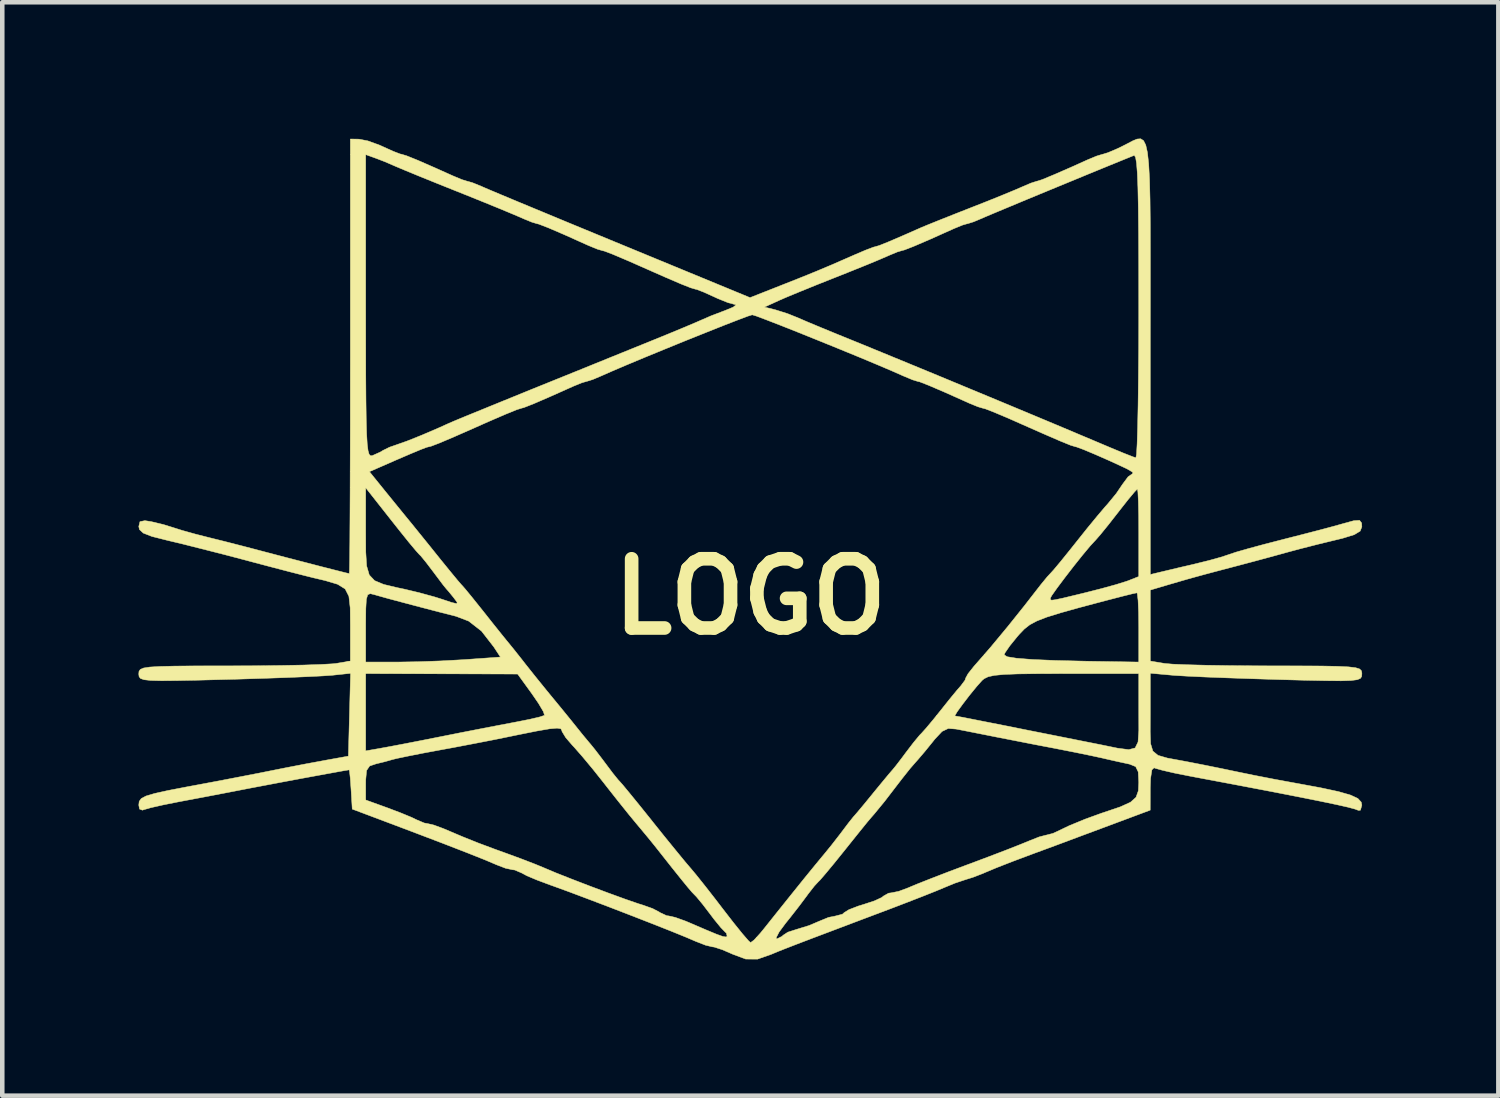
<source format=kicad_pcb>
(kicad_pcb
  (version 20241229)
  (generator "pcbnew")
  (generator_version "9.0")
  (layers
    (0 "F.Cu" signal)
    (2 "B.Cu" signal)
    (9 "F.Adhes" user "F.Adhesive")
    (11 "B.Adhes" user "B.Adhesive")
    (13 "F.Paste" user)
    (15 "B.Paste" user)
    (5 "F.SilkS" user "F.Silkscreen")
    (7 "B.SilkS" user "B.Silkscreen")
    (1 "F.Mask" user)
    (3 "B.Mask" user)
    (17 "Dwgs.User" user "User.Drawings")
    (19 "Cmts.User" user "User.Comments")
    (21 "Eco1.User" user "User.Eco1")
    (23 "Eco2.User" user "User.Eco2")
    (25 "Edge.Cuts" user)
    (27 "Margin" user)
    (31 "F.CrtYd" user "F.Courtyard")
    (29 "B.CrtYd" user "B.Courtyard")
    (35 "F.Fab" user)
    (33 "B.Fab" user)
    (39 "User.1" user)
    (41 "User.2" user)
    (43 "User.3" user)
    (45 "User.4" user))
  (footprint "LOGO"
    (layer "F.Cu")
    (at 13.467 10.085)
    (property "Reference" "LOGO" (at 0 0 0) (layer "F.SilkS") (effects (font (size 1.524 1.524) (thickness 0.3))))
    (attr through_hole)
    (fp_poly (pts (xy 8.656 -10.04) (xy 8.705 -9.943) (xy 8.742 -9.777) (xy 8.769 -9.529) (xy 8.788 -9.188) (xy 8.799 -8.743) (xy 8.805 -8.18) (xy 8.806 -7.487) (xy 8.806 -6.654) (xy 8.805 -5.668) (xy 8.805 -5.282) (xy 8.805 -0.488) (xy 8.996 -0.534) (xy 9.173 -0.576) (xy 9.454 -0.643) (xy 9.778 -0.718) (xy 9.779 -0.719) (xy 10.1 -0.798) (xy 10.373 -0.874) (xy 10.54 -0.93) (xy 10.541 -0.93) (xy 10.686 -0.979) (xy 10.958 -1.057) (xy 11.316 -1.154) (xy 11.723 -1.259) (xy 11.726 -1.26) (xy 12.149 -1.368) (xy 12.539 -1.469) (xy 12.853 -1.553) (xy 13.038 -1.605) (xy 13.285 -1.673) (xy 13.411 -1.681) (xy 13.457 -1.622) (xy 13.462 -1.538) (xy 13.425 -1.444) (xy 13.295 -1.365) (xy 13.039 -1.286) (xy 12.89 -1.25) (xy 12.507 -1.157) (xy 12.107 -1.055) (xy 11.853 -0.987) (xy 11.527 -0.897) (xy 11.125 -0.788) (xy 10.753 -0.689) (xy 10.323 -0.576) (xy 10.018 -0.495) (xy 9.799 -0.435) (xy 9.626 -0.387) (xy 9.46 -0.339) (xy 9.262 -0.281) (xy 9.25 -0.278) (xy 8.805 -0.146) (xy 8.805 1.417) (xy 9.123 1.47) (xy 9.297 1.485) (xy 9.612 1.498) (xy 10.04 1.509) (xy 10.551 1.517) (xy 11.118 1.522) (xy 11.451 1.523) (xy 12.085 1.524) (xy 12.569 1.526) (xy 12.924 1.533) (xy 13.17 1.545) (xy 13.326 1.564) (xy 13.414 1.592) (xy 13.452 1.63) (xy 13.462 1.681) (xy 13.462 1.699) (xy 13.458 1.756) (xy 13.43 1.799) (xy 13.359 1.828) (xy 13.223 1.845) (xy 13.002 1.852) (xy 12.674 1.849) (xy 12.218 1.84) (xy 11.62 1.824) (xy 11.044 1.806) (xy 10.494 1.787) (xy 10.004 1.768) (xy 9.607 1.749) (xy 9.337 1.733) (xy 9.292 1.729) (xy 8.805 1.685) (xy 8.805 2.577) (xy 8.803 2.974) (xy 8.812 3.237) (xy 8.861 3.399) (xy 8.975 3.493) (xy 9.182 3.553) (xy 9.509 3.613) (xy 9.652 3.64) (xy 9.99 3.706) (xy 10.395 3.788) (xy 10.71 3.854) (xy 11.095 3.933) (xy 11.553 4.022) (xy 11.99 4.102) (xy 12.023 4.108) (xy 12.559 4.207) (xy 12.949 4.291) (xy 13.213 4.367) (xy 13.373 4.441) (xy 13.448 4.522) (xy 13.462 4.588) (xy 13.431 4.7) (xy 13.386 4.704) (xy 13.312 4.676) (xy 13.157 4.634) (xy 12.909 4.578) (xy 12.555 4.504) (xy 12.086 4.41) (xy 11.487 4.293) (xy 10.748 4.152) (xy 9.856 3.984) (xy 9.671 3.949) (xy 9.339 3.883) (xy 9.071 3.821) (xy 8.909 3.776) (xy 8.888 3.766) (xy 8.84 3.812) (xy 8.811 4.002) (xy 8.804 4.207) (xy 8.803 4.699) (xy 7.783 5.08) (xy 7.342 5.244) (xy 6.909 5.406) (xy 6.534 5.545) (xy 6.281 5.638) (xy 5.784 5.824) (xy 5.42 5.966) (xy 5.16 6.075) (xy 5.122 6.092) (xy 4.902 6.177) (xy 4.741 6.227) (xy 4.507 6.305) (xy 4.276 6.4) (xy 4.092 6.477) (xy 3.796 6.595) (xy 3.43 6.737) (xy 3.133 6.851) (xy 2.406 7.125) (xy 1.822 7.346) (xy 1.364 7.519) (xy 1.018 7.651) (xy 0.768 7.748) (xy 0.596 7.816) (xy 0.489 7.861) (xy 0.466 7.871) (xy 0.158 7.979) (xy -0.102 7.977) (xy -0.381 7.873) (xy -0.614 7.772) (xy -0.795 7.713) (xy -0.834 7.708) (xy -0.985 7.672) (xy -1.198 7.589) (xy -1.215 7.582) (xy -1.413 7.497) (xy -1.735 7.366) (xy -2.147 7.203) (xy -2.614 7.021) (xy -3.101 6.833) (xy -3.575 6.653) (xy -4 6.493) (xy -4.343 6.368) (xy -4.403 6.347) (xy -4.692 6.239) (xy -4.918 6.144) (xy -5.033 6.082) (xy -5.188 6.016) (xy -5.232 6.011) (xy -5.387 5.978) (xy -5.601 5.896) (xy -5.618 5.888) (xy -5.842 5.793) (xy -6.224 5.641) (xy -6.763 5.432) (xy -7.459 5.167) (xy -8.255 4.867) (xy -8.763 4.676) (xy -8.789 4.243) (xy -8.799 4.102) (xy -8.467 4.102) (xy -8.467 4.475) (xy -7.98 4.651) (xy -7.693 4.76) (xy -7.456 4.858) (xy -7.346 4.911) (xy -7.178 4.982) (xy -7.105 4.995) (xy -6.967 5.027) (xy -6.761 5.103) (xy -6.744 5.11) (xy -6.341 5.281) (xy -5.992 5.421) (xy -5.612 5.563) (xy -5.376 5.648) (xy -5.044 5.77) (xy -4.74 5.887) (xy -4.531 5.973) (xy -4.53 5.974) (xy -4.283 6.078) (xy -3.934 6.216) (xy -3.531 6.371) (xy -3.12 6.525) (xy -2.749 6.66) (xy -2.465 6.758) (xy -2.371 6.787) (xy -2.151 6.865) (xy -2.004 6.942) (xy -1.994 6.951) (xy -1.839 7.023) (xy -1.799 7.027) (xy -1.655 7.059) (xy -1.429 7.14) (xy -1.329 7.182) (xy -0.973 7.335) (xy -0.742 7.431) (xy -0.607 7.479) (xy -0.538 7.49) (xy -0.51 7.478) (xy -0.527 7.406) (xy -0.553 7.383) (xy -0.649 7.284) (xy -0.8 7.099) (xy -0.886 6.985) (xy -1.051 6.769) (xy -1.186 6.606) (xy -1.229 6.562) (xy -1.286 6.503) (xy -1.377 6.396) (xy -1.519 6.222) (xy -1.729 5.96) (xy -2.021 5.59) (xy -2.117 5.469) (xy -2.25 5.305) (xy -2.433 5.085) (xy -2.502 5.003) (xy -2.677 4.791) (xy -2.911 4.499) (xy -3.161 4.182) (xy -3.22 4.106) (xy -3.461 3.803) (xy -3.694 3.523) (xy -3.877 3.314) (xy -3.915 3.274) (xy -4.064 3.101) (xy -4.145 2.968) (xy -4.149 2.948) (xy -4.171 2.907) (xy -4.254 2.894) (xy -4.422 2.909) (xy -4.699 2.957) (xy -5.108 3.039) (xy -5.292 3.077) (xy -5.635 3.147) (xy -6.077 3.233) (xy -6.548 3.323) (xy -6.816 3.372) (xy -7.203 3.444) (xy -7.537 3.51) (xy -7.776 3.56) (xy -7.874 3.584) (xy -8.051 3.634) (xy -8.234 3.678) (xy -8.38 3.727) (xy -8.447 3.826) (xy -8.466 4.027) (xy -8.467 4.102) (xy -8.799 4.102) (xy -8.806 3.999) (xy -8.823 3.843) (xy -8.831 3.812) (xy -8.937 3.829) (xy -9.174 3.872) (xy -9.503 3.932) (xy -9.889 4.003) (xy -10.296 4.079) (xy -10.686 4.153) (xy -11.024 4.217) (xy -11.049 4.222) (xy -11.513 4.312) (xy -12.014 4.408) (xy -12.466 4.493) (xy -12.597 4.518) (xy -12.928 4.584) (xy -13.197 4.645) (xy -13.358 4.691) (xy -13.38 4.7) (xy -13.446 4.675) (xy -13.462 4.587) (xy -13.453 4.507) (xy -13.408 4.444) (xy -13.303 4.388) (xy -13.115 4.332) (xy -12.817 4.266) (xy -12.386 4.183) (xy -12.192 4.147) (xy -11.727 4.06) (xy -11.233 3.965) (xy -10.79 3.879) (xy -10.626 3.846) (xy -10.21 3.763) (xy -9.77 3.678) (xy -9.4 3.61) (xy -9.398 3.609) (xy -8.848 3.51) (xy -8.845 3.394) (xy -8.467 3.394) (xy -8.191 3.346) (xy -7.938 3.3) (xy -7.622 3.24) (xy -7.493 3.215) (xy -7.196 3.157) (xy -6.813 3.081) (xy -6.421 3.003) (xy -6.392 2.997) (xy -5.971 2.915) (xy -5.521 2.828) (xy -5.142 2.756) (xy -4.85 2.698) (xy -4.631 2.646) (xy -4.531 2.612) (xy -4.53 2.611) (xy -4.556 2.529) (xy -4.661 2.351) (xy -4.807 2.138) (xy -5.122 1.703) (xy -6.795 1.698) (xy -8.467 1.693) (xy -8.467 3.394) (xy -8.845 3.394) (xy -8.824 2.598) (xy -8.8 1.687) (xy -9.205 1.73) (xy -9.408 1.744) (xy -9.749 1.761) (xy -10.198 1.78) (xy -10.723 1.798) (xy -11.295 1.816) (xy -11.536 1.822) (xy -12.154 1.838) (xy -12.623 1.847) (xy -12.964 1.85) (xy -13.198 1.844) (xy -13.344 1.828) (xy -13.423 1.801) (xy -13.455 1.761) (xy -13.462 1.708) (xy -13.462 1.698) (xy -13.457 1.643) (xy -13.428 1.601) (xy -13.356 1.57) (xy -13.221 1.549) (xy -13.001 1.536) (xy -12.678 1.528) (xy -12.231 1.524) (xy -11.641 1.523) (xy -11.451 1.523) (xy -10.865 1.521) (xy -10.319 1.514) (xy -9.84 1.505) (xy -9.459 1.492) (xy -9.202 1.478) (xy -9.123 1.47) (xy -8.805 1.417) (xy -8.805 0.667) (xy -8.467 0.667) (xy -8.467 1.439) (xy -7.76 1.439) (xy -7.322 1.432) (xy -6.815 1.414) (xy -6.339 1.388) (xy -6.277 1.384) (xy -5.501 1.329) (xy -5.644 1.11) (xy -5.917 0.758) (xy -6.199 0.538) (xy -6.477 0.432) (xy -6.85 0.337) (xy -7.256 0.231) (xy -7.649 0.127) (xy -7.986 0.037) (xy -8.221 -0.029) (xy -8.276 -0.045) (xy -8.366 -0.067) (xy -8.422 -0.043) (xy -8.452 0.056) (xy -8.464 0.26) (xy -8.467 0.598) (xy -8.467 0.667) (xy -8.805 0.667) (xy -8.805 0.634) (xy -8.808 0.246) (xy -8.837 -0.009) (xy -8.919 -0.17) (xy -9.084 -0.273) (xy -9.359 -0.355) (xy -9.61 -0.414) (xy -9.818 -0.466) (xy -10.147 -0.55) (xy -10.556 -0.657) (xy -11.002 -0.775) (xy -11.091 -0.799) (xy -11.574 -0.926) (xy -12.061 -1.05) (xy -12.497 -1.16) (xy -12.828 -1.239) (xy -12.848 -1.244) (xy -13.173 -1.326) (xy -13.363 -1.4) (xy -13.448 -1.479) (xy -13.462 -1.546) (xy -13.436 -1.652) (xy -13.328 -1.674) (xy -13.187 -1.652) (xy -12.919 -1.588) (xy -12.7 -1.52) (xy -12.507 -1.459) (xy -12.217 -1.378) (xy -11.938 -1.307) (xy -11.568 -1.215) (xy -11.19 -1.118) (xy -10.964 -1.059) (xy -10.607 -0.965) (xy -10.211 -0.861) (xy -9.809 -0.757) (xy -9.436 -0.66) (xy -9.125 -0.581) (xy -8.912 -0.527) (xy -8.828 -0.508) (xy -8.824 -0.59) (xy -8.82 -0.827) (xy -8.816 -1.202) (xy -8.815 -1.425) (xy -8.467 -1.425) (xy -8.465 -0.982) (xy -8.446 -0.677) (xy -8.388 -0.478) (xy -8.27 -0.353) (xy -8.071 -0.27) (xy -7.769 -0.198) (xy -7.62 -0.167) (xy -7.282 -0.086) (xy -6.95 0.005) (xy -6.816 0.047) (xy -6.572 0.128) (xy -6.461 0.154) (xy -6.454 0.123) (xy -6.523 0.031) (xy -6.53 0.021) (xy -6.641 -0.115) (xy -6.689 -0.169) (xy -6.761 -0.257) (xy -6.894 -0.434) (xy -6.981 -0.55) (xy -7.137 -0.755) (xy -7.254 -0.898) (xy -7.288 -0.931) (xy -7.361 -1.012) (xy -7.515 -1.196) (xy -7.723 -1.455) (xy -7.906 -1.686) (xy -8.467 -2.398) (xy -8.467 -1.425) (xy -8.815 -1.425) (xy -8.813 -1.702) (xy -8.81 -2.31) (xy -8.809 -2.752) (xy -8.385 -2.752) (xy -8.042 -2.328) (xy -7.813 -2.046) (xy -7.584 -1.765) (xy -7.456 -1.609) (xy -7.279 -1.39) (xy -7.046 -1.102) (xy -6.808 -0.805) (xy -6.807 -0.804) (xy -6.606 -0.557) (xy -6.446 -0.363) (xy -6.357 -0.26) (xy -6.35 -0.254) (xy -6.277 -0.171) (xy -6.129 0.009) (xy -5.936 0.25) (xy -5.899 0.296) (xy -5.683 0.569) (xy -5.49 0.81) (xy -5.36 0.971) (xy -5.353 0.979) (xy -5.211 1.153) (xy -5.026 1.386) (xy -4.953 1.48) (xy -4.74 1.748) (xy -4.497 2.048) (xy -4.403 2.163) (xy -4.173 2.442) (xy -3.937 2.732) (xy -3.852 2.838) (xy -3.684 3.047) (xy -3.55 3.208) (xy -3.514 3.25) (xy -3.416 3.371) (xy -3.263 3.571) (xy -3.179 3.683) (xy -3.025 3.888) (xy -2.91 4.03) (xy -2.878 4.064) (xy -2.808 4.143) (xy -2.655 4.328) (xy -2.44 4.592) (xy -2.185 4.909) (xy -2.154 4.949) (xy -1.882 5.288) (xy -1.633 5.594) (xy -1.436 5.834) (xy -1.315 5.976) (xy -1.312 5.979) (xy -1.191 6.124) (xy -0.997 6.367) (xy -0.762 6.668) (xy -0.593 6.889) (xy -0.364 7.184) (xy -0.172 7.422) (xy -0.04 7.574) (xy 0.006 7.615) (xy 0.082 7.558) (xy 0.13 7.506) (xy 0.57 7.506) (xy 0.581 7.535) (xy 0.703 7.474) (xy 0.716 7.457) (xy 0.826 7.385) (xy 1.022 7.322) (xy 1.023 7.322) (xy 1.296 7.238) (xy 1.509 7.147) (xy 1.721 7.06) (xy 1.879 7.028) (xy 2.028 6.989) (xy 2.067 6.954) (xy 2.17 6.89) (xy 2.377 6.81) (xy 2.498 6.773) (xy 2.735 6.695) (xy 2.896 6.62) (xy 2.928 6.592) (xy 3.043 6.527) (xy 3.104 6.519) (xy 3.267 6.486) (xy 3.487 6.404) (xy 3.501 6.397) (xy 3.681 6.322) (xy 3.98 6.204) (xy 4.358 6.058) (xy 4.776 5.901) (xy 4.826 5.883) (xy 5.246 5.725) (xy 5.631 5.578) (xy 5.941 5.456) (xy 6.137 5.376) (xy 6.151 5.37) (xy 6.359 5.288) (xy 6.505 5.25) (xy 6.512 5.249) (xy 6.661 5.211) (xy 6.753 5.169) (xy 7.018 5.042) (xy 7.37 4.897) (xy 7.731 4.766) (xy 7.789 4.747) (xy 8.146 4.626) (xy 8.37 4.524) (xy 8.491 4.415) (xy 8.542 4.272) (xy 8.551 4.087) (xy 8.539 3.857) (xy 8.483 3.741) (xy 8.351 3.687) (xy 8.319 3.68) (xy 8.079 3.628) (xy 7.792 3.563) (xy 7.747 3.552) (xy 7.502 3.499) (xy 7.156 3.428) (xy 6.775 3.353) (xy 6.689 3.336) (xy 6.259 3.254) (xy 5.8 3.164) (xy 5.405 3.087) (xy 5.376 3.081) (xy 5.038 3.014) (xy 4.73 2.953) (xy 4.53 2.914) (xy 4.358 2.901) (xy 4.221 2.966) (xy 4.06 3.138) (xy 4.022 3.186) (xy 3.842 3.408) (xy 3.686 3.591) (xy 3.641 3.641) (xy 3.514 3.787) (xy 3.342 4.004) (xy 3.261 4.109) (xy 2.957 4.505) (xy 2.728 4.784) (xy 2.664 4.857) (xy 2.575 4.962) (xy 2.41 5.166) (xy 2.196 5.433) (xy 2.072 5.588) (xy 1.847 5.867) (xy 1.658 6.095) (xy 1.533 6.24) (xy 1.5 6.272) (xy 1.41 6.369) (xy 1.274 6.543) (xy 1.246 6.582) (xy 1.076 6.809) (xy 0.866 7.078) (xy 0.776 7.189) (xy 0.635 7.38) (xy 0.57 7.506) (xy 0.13 7.506) (xy 0.221 7.406) (xy 0.302 7.307) (xy 0.588 6.948) (xy 0.886 6.576) (xy 1.17 6.223) (xy 1.412 5.926) (xy 1.585 5.716) (xy 1.618 5.677) (xy 1.785 5.472) (xy 1.977 5.225) (xy 2.019 5.169) (xy 2.164 4.977) (xy 2.267 4.848) (xy 2.287 4.826) (xy 2.358 4.744) (xy 2.506 4.567) (xy 2.697 4.333) (xy 2.709 4.318) (xy 2.903 4.082) (xy 3.053 3.901) (xy 3.13 3.812) (xy 3.132 3.81) (xy 3.204 3.722) (xy 3.339 3.546) (xy 3.426 3.429) (xy 3.591 3.213) (xy 3.726 3.05) (xy 3.769 3.006) (xy 3.867 2.897) (xy 4.031 2.701) (xy 4.096 2.62) (xy 4.502 2.62) (xy 4.504 2.625) (xy 4.593 2.64) (xy 4.807 2.681) (xy 5.105 2.74) (xy 5.207 2.76) (xy 5.643 2.846) (xy 6.121 2.942) (xy 6.519 3.021) (xy 6.931 3.103) (xy 7.372 3.191) (xy 7.705 3.257) (xy 8.085 3.335) (xy 8.331 3.367) (xy 8.471 3.33) (xy 8.535 3.199) (xy 8.552 2.949) (xy 8.551 2.556) (xy 8.551 2.54) (xy 8.551 1.693) (xy 6.9 1.693) (xy 6.325 1.695) (xy 5.894 1.7) (xy 5.585 1.712) (xy 5.374 1.732) (xy 5.236 1.762) (xy 5.148 1.805) (xy 5.101 1.844) (xy 4.978 1.983) (xy 4.824 2.172) (xy 4.672 2.37) (xy 4.554 2.533) (xy 4.502 2.62) (xy 4.096 2.62) (xy 4.194 2.498) (xy 4.386 2.257) (xy 4.549 2.059) (xy 4.634 1.962) (xy 4.726 1.838) (xy 4.741 1.791) (xy 4.793 1.696) (xy 4.923 1.532) (xy 4.974 1.474) (xy 5.143 1.281) (xy 5.588 1.281) (xy 5.655 1.322) (xy 5.861 1.355) (xy 6.214 1.383) (xy 6.72 1.404) (xy 7.386 1.42) (xy 7.556 1.423) (xy 8.551 1.439) (xy 8.551 0.677) (xy 8.547 0.342) (xy 8.536 0.082) (xy 8.519 -0.065) (xy 8.51 -0.085) (xy 8.414 -0.065) (xy 8.197 -0.011) (xy 7.9 0.066) (xy 7.811 0.089) (xy 7.254 0.237) (xy 6.835 0.354) (xy 6.528 0.449) (xy 6.309 0.534) (xy 6.152 0.618) (xy 6.031 0.713) (xy 5.921 0.828) (xy 5.875 0.881) (xy 5.712 1.082) (xy 5.608 1.233) (xy 5.588 1.281) (xy 5.143 1.281) (xy 5.294 1.107) (xy 5.665 0.66) (xy 6.041 0.19) (xy 6.163 0.033) (xy 6.604 0.033) (xy 6.606 0.064) (xy 6.633 0.077) (xy 6.715 0.067) (xy 6.884 0.031) (xy 7.171 -0.038) (xy 7.376 -0.088) (xy 7.733 -0.179) (xy 8.052 -0.267) (xy 8.279 -0.338) (xy 8.319 -0.352) (xy 8.551 -0.444) (xy 8.551 -1.407) (xy 8.549 -1.788) (xy 8.542 -2.098) (xy 8.532 -2.303) (xy 8.521 -2.371) (xy 8.46 -2.309) (xy 8.322 -2.144) (xy 8.136 -1.908) (xy 8.084 -1.841) (xy 7.879 -1.579) (xy 7.705 -1.365) (xy 7.595 -1.239) (xy 7.584 -1.228) (xy 7.479 -1.114) (xy 7.314 -0.916) (xy 7.119 -0.672) (xy 6.922 -0.417) (xy 6.752 -0.19) (xy 6.637 -0.027) (xy 6.604 0.033) (xy 6.163 0.033) (xy 6.215 -0.034) (xy 6.394 -0.264) (xy 6.535 -0.436) (xy 6.602 -0.508) (xy 6.676 -0.589) (xy 6.829 -0.772) (xy 7.034 -1.026) (xy 7.171 -1.198) (xy 7.415 -1.504) (xy 7.641 -1.779) (xy 7.814 -1.983) (xy 7.87 -2.045) (xy 8.057 -2.273) (xy 8.195 -2.477) (xy 8.316 -2.639) (xy 8.418 -2.711) (xy 8.421 -2.711) (xy 8.416 -2.742) (xy 8.288 -2.816) (xy 8.255 -2.832) (xy 7.913 -2.99) (xy 7.595 -3.13) (xy 7.338 -3.238) (xy 7.181 -3.296) (xy 7.154 -3.302) (xy 7.049 -3.334) (xy 6.806 -3.433) (xy 6.419 -3.601) (xy 6.138 -3.725) (xy 5.675 -3.93) (xy 5.355 -4.065) (xy 5.171 -4.136) (xy 5.119 -4.149) (xy 5.011 -4.181) (xy 4.821 -4.258) (xy 4.796 -4.27) (xy 4.288 -4.497) (xy 3.932 -4.65) (xy 3.727 -4.73) (xy 3.679 -4.741) (xy 3.572 -4.774) (xy 3.383 -4.853) (xy 3.357 -4.864) (xy 3.124 -4.967) (xy 2.793 -5.108) (xy 2.393 -5.275) (xy 1.952 -5.456) (xy 1.499 -5.64) (xy 1.062 -5.816) (xy 0.669 -5.972) (xy 0.349 -6.096) (xy 0.131 -6.178) (xy 0.042 -6.205) (xy -0.055 -6.175) (xy -0.28 -6.09) (xy -0.605 -5.964) (xy -1.001 -5.806) (xy -1.44 -5.63) (xy -1.893 -5.445) (xy -2.332 -5.265) (xy -2.729 -5.099) (xy -3.055 -4.96) (xy -3.272 -4.864) (xy -3.468 -4.781) (xy -3.592 -4.742) (xy -3.598 -4.741) (xy -3.709 -4.709) (xy -3.9 -4.631) (xy -3.924 -4.62) (xy -4.419 -4.399) (xy -4.773 -4.246) (xy -4.982 -4.164) (xy -5.038 -4.149) (xy -5.143 -4.116) (xy -5.386 -4.017) (xy -5.773 -3.85) (xy -6.054 -3.725) (xy -6.524 -3.518) (xy -6.847 -3.381) (xy -7.028 -3.312) (xy -7.07 -3.302) (xy -7.127 -3.288) (xy -7.255 -3.239) (xy -7.476 -3.147) (xy -7.813 -3.002) (xy -8.151 -2.854) (xy -8.385 -2.752) (xy -8.809 -2.752) (xy -8.808 -3.013) (xy -8.806 -3.795) (xy -8.806 -4.64) (xy -8.805 -5.292) (xy -8.805 -6.393) (xy -8.467 -6.393) (xy -8.466 -5.553) (xy -8.465 -4.867) (xy -8.461 -4.32) (xy -8.455 -3.896) (xy -8.446 -3.581) (xy -8.433 -3.36) (xy -8.415 -3.216) (xy -8.392 -3.136) (xy -8.363 -3.103) (xy -8.328 -3.103) (xy -8.319 -3.106) (xy -8.145 -3.184) (xy -8.086 -3.22) (xy -7.944 -3.29) (xy -7.789 -3.344) (xy -7.559 -3.425) (xy -7.229 -3.557) (xy -6.852 -3.719) (xy -6.646 -3.812) (xy -6.519 -3.867) (xy -6.261 -3.974) (xy -5.898 -4.122) (xy -5.457 -4.302) (xy -4.963 -4.503) (xy -4.826 -4.559) (xy -4.252 -4.791) (xy -3.656 -5.032) (xy -3.085 -5.264) (xy -2.581 -5.468) (xy -2.201 -5.622) (xy -1.811 -5.781) (xy -1.466 -5.924) (xy -1.203 -6.035) (xy -1.059 -6.098) (xy -1.058 -6.098) (xy -0.87 -6.18) (xy -0.614 -6.278) (xy -0.55 -6.302) (xy -0.374 -6.375) (xy -0.374 -6.375) (xy 0.311 -6.375) (xy 0.557 -6.314) (xy 0.822 -6.23) (xy 1.058 -6.135) (xy 1.252 -6.051) (xy 1.551 -5.926) (xy 1.899 -5.783) (xy 2.032 -5.729) (xy 2.399 -5.58) (xy 2.891 -5.378) (xy 3.477 -5.137) (xy 4.127 -4.869) (xy 4.808 -4.586) (xy 5.49 -4.303) (xy 6.142 -4.031) (xy 6.733 -3.784) (xy 7.231 -3.574) (xy 7.578 -3.428) (xy 7.928 -3.28) (xy 8.22 -3.159) (xy 8.419 -3.081) (xy 8.488 -3.057) (xy 8.502 -3.137) (xy 8.515 -3.368) (xy 8.526 -3.732) (xy 8.536 -4.212) (xy 8.543 -4.79) (xy 8.549 -5.447) (xy 8.551 -6.165) (xy 8.551 -6.401) (xy 8.55 -7.274) (xy 8.547 -7.99) (xy 8.541 -8.562) (xy 8.532 -9.004) (xy 8.519 -9.327) (xy 8.502 -9.544) (xy 8.481 -9.669) (xy 8.455 -9.713) (xy 8.445 -9.713) (xy 8.213 -9.619) (xy 7.877 -9.482) (xy 7.467 -9.314) (xy 7.014 -9.127) (xy 6.548 -8.935) (xy 6.1 -8.75) (xy 5.7 -8.583) (xy 5.379 -8.449) (xy 5.168 -8.36) (xy 5.11 -8.334) (xy 4.914 -8.252) (xy 4.79 -8.213) (xy 4.784 -8.213) (xy 4.673 -8.181) (xy 4.482 -8.103) (xy 4.458 -8.092) (xy 3.949 -7.864) (xy 3.593 -7.711) (xy 3.389 -7.632) (xy 3.341 -7.62) (xy 3.233 -7.588) (xy 3.044 -7.509) (xy 3.018 -7.497) (xy 2.83 -7.416) (xy 2.53 -7.292) (xy 2.162 -7.144) (xy 1.863 -7.025) (xy 1.465 -6.867) (xy 1.091 -6.715) (xy 0.789 -6.59) (xy 0.642 -6.526) (xy 0.311 -6.375) (xy -0.374 -6.375) (xy -0.316 -6.423) (xy -0.339 -6.432) (xy -0.49 -6.472) (xy -0.718 -6.564) (xy -0.804 -6.604) (xy -1.025 -6.704) (xy -1.181 -6.764) (xy -1.211 -6.77) (xy -1.311 -6.799) (xy -1.528 -6.885) (xy -1.873 -7.033) (xy -2.244 -7.197) (xy -2.707 -7.401) (xy -3.027 -7.537) (xy -3.211 -7.607) (xy -3.263 -7.62) (xy -3.371 -7.652) (xy -3.561 -7.73) (xy -3.586 -7.741) (xy -4.094 -7.969) (xy -4.45 -8.122) (xy -4.655 -8.201) (xy -4.703 -8.213) (xy -4.81 -8.245) (xy -5 -8.323) (xy -5.025 -8.335) (xy -5.198 -8.409) (xy -5.492 -8.532) (xy -5.872 -8.687) (xy -6.302 -8.86) (xy -6.477 -8.93) (xy -6.906 -9.102) (xy -7.289 -9.257) (xy -7.595 -9.383) (xy -7.79 -9.465) (xy -7.832 -9.483) (xy -8.042 -9.574) (xy -8.234 -9.648) (xy -8.467 -9.732) (xy -8.467 -6.393) (xy -8.805 -6.393) (xy -8.805 -10.075) (xy -8.615 -10.072) (xy -8.42 -10.034) (xy -8.166 -9.942) (xy -8.086 -9.906) (xy -7.865 -9.806) (xy -7.709 -9.746) (xy -7.679 -9.74) (xy -7.564 -9.705) (xy -7.316 -9.605) (xy -6.928 -9.435) (xy -6.549 -9.265) (xy -6.353 -9.183) (xy -6.229 -9.144) (xy -6.223 -9.144) (xy -6.113 -9.112) (xy -5.921 -9.034) (xy -5.897 -9.023) (xy -5.758 -8.963) (xy -5.483 -8.847) (xy -5.09 -8.683) (xy -4.6 -8.48) (xy -4.032 -8.244) (xy -3.407 -7.986) (xy -2.818 -7.743) (xy -0.006 -6.583) (xy 0.696 -6.86) (xy 1.125 -7.03) (xy 1.463 -7.167) (xy 1.774 -7.298) (xy 2.125 -7.451) (xy 2.303 -7.529) (xy 2.538 -7.629) (xy 2.706 -7.693) (xy 2.752 -7.705) (xy 2.841 -7.731) (xy 3.047 -7.814) (xy 3.382 -7.958) (xy 3.768 -8.128) (xy 3.913 -8.188) (xy 4.176 -8.294) (xy 4.518 -8.43) (xy 4.826 -8.551) (xy 5.215 -8.704) (xy 5.571 -8.848) (xy 5.849 -8.963) (xy 5.982 -9.021) (xy 6.176 -9.104) (xy 6.298 -9.143) (xy 6.304 -9.144) (xy 6.423 -9.181) (xy 6.693 -9.293) (xy 7.116 -9.478) (xy 7.421 -9.616) (xy 7.621 -9.699) (xy 7.753 -9.739) (xy 7.76 -9.74) (xy 7.874 -9.775) (xy 8.078 -9.862) (xy 8.17 -9.906) (xy 8.305 -9.975) (xy 8.419 -10.035) (xy 8.514 -10.074) (xy 8.593 -10.08) (xy 8.656 -10.04)) (stroke (width 0.01) (type solid)) (fill yes) (layer "F.SilkS")))
  (gr_rect
    (start -3 -3)
    (end 29.934 21.069)
    (stroke (width 0.1) (type default))
    (fill no)
    (layer "Edge.Cuts")))
</source>
